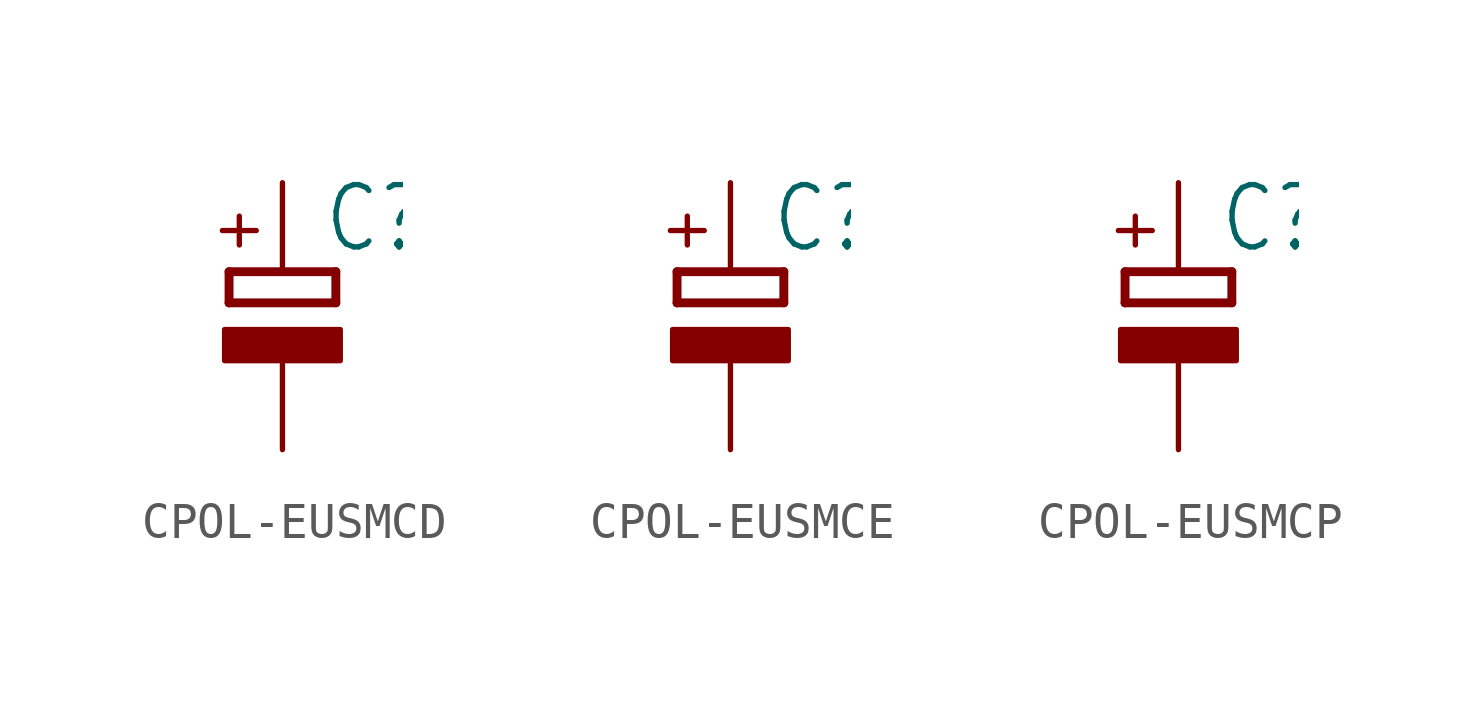
<source format=kicad_sym>
(kicad_symbol_lib
  (version 20231120)
  (generator "kicad_symbol_editor")
  (generator_version "8.0")
  (symbol "CPOL-EUSMCD"
    (property "Reference" "C"
      (at 1.143 0.483 0)
      (effects (font (size 1.778 1.511)) (justify left bottom)))
    (property "Value" ""
      (at 1.143 -4.597 0)
      (effects (font (size 1.778 1.511)) (justify left bottom)))
    (property "ki_locked" ""
      (at 0 0 0)
      (effects (font (size 1.27 1.27))))
    (symbol "CPOL-EUSMCD_1_0"
      (rectangle (start -1.651 -2.54) (end 1.651 -1.651) (stroke (width 0) (type default)) (fill (type outline)))
      (polyline (pts (xy -1.524 -0.889) (xy 1.524 -0.889)) (stroke (width 0.254) (type solid)) (fill (type none)))
      (polyline (pts (xy -1.524 0) (xy -1.524 -0.889)) (stroke (width 0.254) (type solid)) (fill (type none)))
      (polyline (pts (xy -1.524 0) (xy 1.524 0)) (stroke (width 0.254) (type solid)) (fill (type none)))
      (polyline (pts (xy 1.524 -0.889) (xy 1.524 0)) (stroke (width 0.254) (type solid)) (fill (type none)))
      (text "+" (at -0.584 0.406 900) (effects (font (size 1.27 1.079)) (justify left bottom)))
      (pin passive line (at 0 2.54 270) (length 2.54) (name "+" (effects (font (size 0 0)))) (number "+" (effects (font (size 0 0)))))
      (pin passive line (at 0 -5.08 90) (length 2.54) (name "-" (effects (font (size 0 0)))) (number "-" (effects (font (size 0 0)))))))
  (symbol "CPOL-EUSMCE"
    (property "Reference" "C"
      (at 1.143 0.483 0)
      (effects (font (size 1.778 1.511)) (justify left bottom)))
    (property "Value" ""
      (at 1.143 -4.597 0)
      (effects (font (size 1.778 1.511)) (justify left bottom)))
    (property "ki_locked" ""
      (at 0 0 0)
      (effects (font (size 1.27 1.27))))
    (symbol "CPOL-EUSMCE_1_0"
      (rectangle (start -1.651 -2.54) (end 1.651 -1.651) (stroke (width 0) (type default)) (fill (type outline)))
      (polyline (pts (xy -1.524 -0.889) (xy 1.524 -0.889)) (stroke (width 0.254) (type solid)) (fill (type none)))
      (polyline (pts (xy -1.524 0) (xy -1.524 -0.889)) (stroke (width 0.254) (type solid)) (fill (type none)))
      (polyline (pts (xy -1.524 0) (xy 1.524 0)) (stroke (width 0.254) (type solid)) (fill (type none)))
      (polyline (pts (xy 1.524 -0.889) (xy 1.524 0)) (stroke (width 0.254) (type solid)) (fill (type none)))
      (text "+" (at -0.584 0.406 900) (effects (font (size 1.27 1.079)) (justify left bottom)))
      (pin passive line (at 0 2.54 270) (length 2.54) (name "+" (effects (font (size 0 0)))) (number "+" (effects (font (size 0 0)))))
      (pin passive line (at 0 -5.08 90) (length 2.54) (name "-" (effects (font (size 0 0)))) (number "-" (effects (font (size 0 0)))))))
  (symbol "CPOL-EUSMCP"
    (property "Reference" "C"
      (at 1.143 0.483 0)
      (effects (font (size 1.778 1.511)) (justify left bottom)))
    (property "Value" ""
      (at 1.143 -4.597 0)
      (effects (font (size 1.778 1.511)) (justify left bottom)))
    (property "ki_locked" ""
      (at 0 0 0)
      (effects (font (size 1.27 1.27))))
    (symbol "CPOL-EUSMCP_1_0"
      (rectangle (start -1.651 -2.54) (end 1.651 -1.651) (stroke (width 0) (type default)) (fill (type outline)))
      (polyline (pts (xy -1.524 -0.889) (xy 1.524 -0.889)) (stroke (width 0.254) (type solid)) (fill (type none)))
      (polyline (pts (xy -1.524 0) (xy -1.524 -0.889)) (stroke (width 0.254) (type solid)) (fill (type none)))
      (polyline (pts (xy -1.524 0) (xy 1.524 0)) (stroke (width 0.254) (type solid)) (fill (type none)))
      (polyline (pts (xy 1.524 -0.889) (xy 1.524 0)) (stroke (width 0.254) (type solid)) (fill (type none)))
      (text "+" (at -0.584 0.406 900) (effects (font (size 1.27 1.079)) (justify left bottom)))
      (pin passive line (at 0 2.54 270) (length 2.54) (name "+" (effects (font (size 0 0)))) (number "+" (effects (font (size 0 0)))))
      (pin passive line (at 0 -5.08 90) (length 2.54) (name "-" (effects (font (size 0 0)))) (number "-" (effects (font (size 0 0))))))))
</source>
